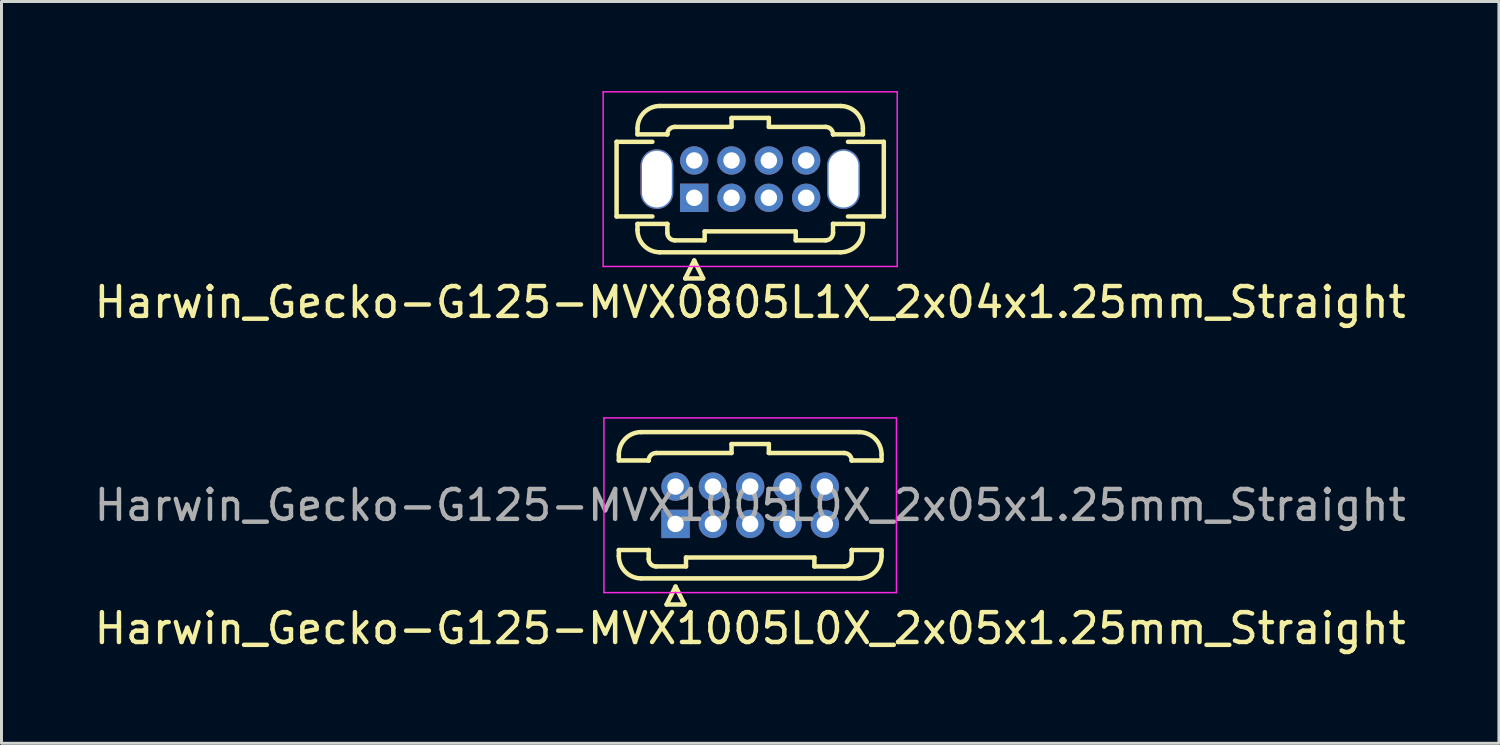
<source format=kicad_pcb>
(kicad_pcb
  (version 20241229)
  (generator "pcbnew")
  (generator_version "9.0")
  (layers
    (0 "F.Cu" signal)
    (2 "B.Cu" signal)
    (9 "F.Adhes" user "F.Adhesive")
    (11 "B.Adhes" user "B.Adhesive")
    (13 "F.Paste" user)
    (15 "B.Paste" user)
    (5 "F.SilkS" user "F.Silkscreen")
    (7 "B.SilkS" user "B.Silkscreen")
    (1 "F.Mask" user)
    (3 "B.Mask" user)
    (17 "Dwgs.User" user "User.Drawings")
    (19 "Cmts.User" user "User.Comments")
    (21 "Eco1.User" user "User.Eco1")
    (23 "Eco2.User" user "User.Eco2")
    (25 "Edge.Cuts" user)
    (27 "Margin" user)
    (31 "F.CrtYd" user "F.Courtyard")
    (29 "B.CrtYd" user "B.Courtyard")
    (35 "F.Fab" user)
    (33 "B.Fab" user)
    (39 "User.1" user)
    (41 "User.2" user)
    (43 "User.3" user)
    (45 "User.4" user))
  (footprint "Harwin_Gecko-G125-MVX0805L1X_2x04x1.25mm_Straight"
    (layer "F.Cu")
    (at 20.202 3.575)
    (property "Reference" "Harwin_Gecko-G125-MVX0805L1X_2x04x1.25mm_Straight" (at 1.875 3.5 0) (layer "F.SilkS") (effects (font (size 1 1) (thickness 0.15))))
    (attr through_hole)
    (fp_line (start -2.6 -1.875) (end -2.6 0.625) (stroke (width 0.15) (type solid)) (layer "F.SilkS"))
    (fp_line (start -2.6 0.625) (end -1.4 0.625) (stroke (width 0.15) (type solid)) (layer "F.SilkS"))
    (fp_line (start -1.9 -2.325) (end -1.9 -2.125) (stroke (width 0.15) (type solid)) (layer "F.SilkS"))
    (fp_line (start -1.9 -2.125) (end -0.9 -2.125) (stroke (width 0.15) (type solid)) (layer "F.SilkS"))
    (fp_line (start -1.9 0.875) (end -0.9 0.875) (stroke (width 0.15) (type solid)) (layer "F.SilkS"))
    (fp_line (start -1.9 1.075) (end -1.9 0.875) (stroke (width 0.15) (type solid)) (layer "F.SilkS"))
    (fp_line (start -1.4 -1.875) (end -2.6 -1.875) (stroke (width 0.15) (type solid)) (layer "F.SilkS"))
    (fp_line (start -1.15 -3.075) (end 4.9 -3.075) (stroke (width 0.15) (type solid)) (layer "F.SilkS"))
    (fp_line (start -1.15 1.825) (end 4.9 1.825) (stroke (width 0.15) (type solid)) (layer "F.SilkS"))
    (fp_line (start -0.9 -2.125) (end -0.9 -2.125) (stroke (width 0.15) (type solid)) (layer "F.SilkS"))
    (fp_line (start -0.9 0.875) (end -0.9 0.875) (stroke (width 0.15) (type solid)) (layer "F.SilkS"))
    (fp_line (start -0.9 1.175) (end -0.9 0.875) (stroke (width 0.15) (type solid)) (layer "F.SilkS"))
    (fp_line (start -0.65 -2.375) (end 1.25 -2.375) (stroke (width 0.15) (type solid)) (layer "F.SilkS"))
    (fp_line (start -0.65 1.425) (end 0.35 1.425) (stroke (width 0.15) (type solid)) (layer "F.SilkS"))
    (fp_line (start -0.3 2.7) (end 0.3 2.7) (stroke (width 0.15) (type solid)) (layer "F.SilkS"))
    (fp_line (start 0 2.1) (end -0.3 2.7) (stroke (width 0.15) (type solid)) (layer "F.SilkS"))
    (fp_line (start 0.3 2.7) (end 0 2.1) (stroke (width 0.15) (type solid)) (layer "F.SilkS"))
    (fp_line (start 0.35 1.125) (end 3.4 1.125) (stroke (width 0.15) (type solid)) (layer "F.SilkS"))
    (fp_line (start 0.35 1.425) (end 0.35 1.125) (stroke (width 0.15) (type solid)) (layer "F.SilkS"))
    (fp_line (start 1.25 -2.675) (end 2.5 -2.675) (stroke (width 0.15) (type solid)) (layer "F.SilkS"))
    (fp_line (start 1.25 -2.375) (end 1.25 -2.675) (stroke (width 0.15) (type solid)) (layer "F.SilkS"))
    (fp_line (start 2.5 -2.675) (end 2.5 -2.375) (stroke (width 0.15) (type solid)) (layer "F.SilkS"))
    (fp_line (start 2.5 -2.375) (end 4.4 -2.375) (stroke (width 0.15) (type solid)) (layer "F.SilkS"))
    (fp_line (start 3.4 1.125) (end 3.4 1.425) (stroke (width 0.15) (type solid)) (layer "F.SilkS"))
    (fp_line (start 3.4 1.425) (end 4.4 1.425) (stroke (width 0.15) (type solid)) (layer "F.SilkS"))
    (fp_line (start 4.65 -2.125) (end 4.65 -2.125) (stroke (width 0.15) (type solid)) (layer "F.SilkS"))
    (fp_line (start 4.65 0.875) (end 4.65 0.875) (stroke (width 0.15) (type solid)) (layer "F.SilkS"))
    (fp_line (start 4.65 1.175) (end 4.65 0.875) (stroke (width 0.15) (type solid)) (layer "F.SilkS"))
    (fp_line (start 5.15 -1.875) (end 6.35 -1.875) (stroke (width 0.15) (type solid)) (layer "F.SilkS"))
    (fp_line (start 5.65 -2.325) (end 5.65 -2.125) (stroke (width 0.15) (type solid)) (layer "F.SilkS"))
    (fp_line (start 5.65 -2.125) (end 4.65 -2.125) (stroke (width 0.15) (type solid)) (layer "F.SilkS"))
    (fp_line (start 5.65 0.875) (end 4.65 0.875) (stroke (width 0.15) (type solid)) (layer "F.SilkS"))
    (fp_line (start 5.65 1.075) (end 5.65 0.875) (stroke (width 0.15) (type solid)) (layer "F.SilkS"))
    (fp_line (start 6.35 -1.875) (end 6.35 0.625) (stroke (width 0.15) (type solid)) (layer "F.SilkS"))
    (fp_line (start 6.35 0.625) (end 5.15 0.625) (stroke (width 0.15) (type solid)) (layer "F.SilkS"))
    (fp_arc (start -1.9 -2.325) (mid -1.68033 -2.85533) (end -1.15 -3.075) (stroke (width 0.15) (type solid)) (layer "F.SilkS"))
    (fp_arc (start -1.15 1.825) (mid -1.68033 1.60533) (end -1.9 1.075) (stroke (width 0.15) (type solid)) (layer "F.SilkS"))
    (fp_arc (start -0.9 -2.125) (mid -0.826777 -2.301777) (end -0.65 -2.375) (stroke (width 0.15) (type solid)) (layer "F.SilkS"))
    (fp_arc (start -0.65 1.425) (mid -0.826777 1.351777) (end -0.9 1.175) (stroke (width 0.15) (type solid)) (layer "F.SilkS"))
    (fp_arc (start 4.4 -2.375) (mid 4.576777 -2.301777) (end 4.65 -2.125) (stroke (width 0.15) (type solid)) (layer "F.SilkS"))
    (fp_arc (start 4.65 1.175) (mid 4.576777 1.351777) (end 4.4 1.425) (stroke (width 0.15) (type solid)) (layer "F.SilkS"))
    (fp_arc (start 4.9 -3.075) (mid 5.43033 -2.85533) (end 5.65 -2.325) (stroke (width 0.15) (type solid)) (layer "F.SilkS"))
    (fp_arc (start 5.65 1.075) (mid 5.43033 1.60533) (end 4.9 1.825) (stroke (width 0.15) (type solid)) (layer "F.SilkS"))
    (fp_line (start -3.05 -3.55) (end -3.05 2.3) (stroke (width 0.05) (type solid)) (layer "F.CrtYd"))
    (fp_line (start -3.05 2.3) (end 6.8 2.3) (stroke (width 0.05) (type solid)) (layer "F.CrtYd"))
    (fp_line (start 6.8 -3.55) (end -3.05 -3.55) (stroke (width 0.05) (type solid)) (layer "F.CrtYd"))
    (fp_line (start 6.8 2.3) (end 6.8 -3.55) (stroke (width 0.05) (type solid)) (layer "F.CrtYd"))
    (pad "" np_thru_hole oval (at -1.25 -0.625) (size 1.1 2) (drill oval 1 1.9) (layers "*.Cu"))
    (pad "" np_thru_hole oval (at 5 -0.625) (size 1.1 2) (drill oval 1 1.9) (layers "*.Cu"))
    (pad "1" thru_hole rect (at 0 0) (size 0.95 0.95) (drill 0.55) (layers "*.Cu" "*.Mask"))
    (pad "2" thru_hole circle (at 0 -1.25) (size 0.95 0.95) (drill 0.55) (layers "*.Cu" "*.Mask"))
    (pad "3" thru_hole circle (at 1.25 0) (size 0.95 0.95) (drill 0.55) (layers "*.Cu" "*.Mask"))
    (pad "4" thru_hole circle (at 1.25 -1.25) (size 0.95 0.95) (drill 0.55) (layers "*.Cu" "*.Mask"))
    (pad "5" thru_hole circle (at 2.5 0) (size 0.95 0.95) (drill 0.55) (layers "*.Cu" "*.Mask"))
    (pad "6" thru_hole circle (at 2.5 -1.25) (size 0.95 0.95) (drill 0.55) (layers "*.Cu" "*.Mask"))
    (pad "7" thru_hole circle (at 3.75 0) (size 0.95 0.95) (drill 0.55) (layers "*.Cu" "*.Mask"))
    (pad "8" thru_hole circle (at 3.75 -1.25) (size 0.95 0.95) (drill 0.55) (layers "*.Cu" "*.Mask")))
  (footprint "Harwin_Gecko-G125-MVX1005L0X_2x05x1.25mm_Straight"
    (layer "F.Cu")
    (at 19.577 14.498)
    (property "Reference" "Harwin_Gecko-G125-MVX1005L0X_2x05x1.25mm_Straight" (at 2.5 3.5 0) (layer "F.SilkS") (effects (font (size 1 1) (thickness 0.15))))
    (attr through_hole)
    (fp_line (start -1.9 -2.325) (end -1.9 -2.125) (stroke (width 0.15) (type solid)) (layer "F.SilkS"))
    (fp_line (start -1.9 -2.125) (end -0.9 -2.125) (stroke (width 0.15) (type solid)) (layer "F.SilkS"))
    (fp_line (start -1.9 0.875) (end -0.9 0.875) (stroke (width 0.15) (type solid)) (layer "F.SilkS"))
    (fp_line (start -1.9 1.075) (end -1.9 0.875) (stroke (width 0.15) (type solid)) (layer "F.SilkS"))
    (fp_line (start -1.15 -3.075) (end 6.15 -3.075) (stroke (width 0.15) (type solid)) (layer "F.SilkS"))
    (fp_line (start -1.15 1.825) (end 6.15 1.825) (stroke (width 0.15) (type solid)) (layer "F.SilkS"))
    (fp_line (start -0.9 -2.125) (end -0.9 -2.125) (stroke (width 0.15) (type solid)) (layer "F.SilkS"))
    (fp_line (start -0.9 0.875) (end -0.9 0.875) (stroke (width 0.15) (type solid)) (layer "F.SilkS"))
    (fp_line (start -0.9 1.175) (end -0.9 0.875) (stroke (width 0.15) (type solid)) (layer "F.SilkS"))
    (fp_line (start -0.65 -2.375) (end 1.875 -2.375) (stroke (width 0.15) (type solid)) (layer "F.SilkS"))
    (fp_line (start -0.65 1.425) (end 0.35 1.425) (stroke (width 0.15) (type solid)) (layer "F.SilkS"))
    (fp_line (start -0.3 2.7) (end 0.3 2.7) (stroke (width 0.15) (type solid)) (layer "F.SilkS"))
    (fp_line (start 0 2.1) (end -0.3 2.7) (stroke (width 0.15) (type solid)) (layer "F.SilkS"))
    (fp_line (start 0.3 2.7) (end 0 2.1) (stroke (width 0.15) (type solid)) (layer "F.SilkS"))
    (fp_line (start 0.35 1.125) (end 4.65 1.125) (stroke (width 0.15) (type solid)) (layer "F.SilkS"))
    (fp_line (start 0.35 1.425) (end 0.35 1.125) (stroke (width 0.15) (type solid)) (layer "F.SilkS"))
    (fp_line (start 1.875 -2.675) (end 3.125 -2.675) (stroke (width 0.15) (type solid)) (layer "F.SilkS"))
    (fp_line (start 1.875 -2.375) (end 1.875 -2.675) (stroke (width 0.15) (type solid)) (layer "F.SilkS"))
    (fp_line (start 3.125 -2.675) (end 3.125 -2.375) (stroke (width 0.15) (type solid)) (layer "F.SilkS"))
    (fp_line (start 3.125 -2.375) (end 5.65 -2.375) (stroke (width 0.15) (type solid)) (layer "F.SilkS"))
    (fp_line (start 4.65 1.125) (end 4.65 1.425) (stroke (width 0.15) (type solid)) (layer "F.SilkS"))
    (fp_line (start 4.65 1.425) (end 5.65 1.425) (stroke (width 0.15) (type solid)) (layer "F.SilkS"))
    (fp_line (start 5.9 -2.125) (end 5.9 -2.125) (stroke (width 0.15) (type solid)) (layer "F.SilkS"))
    (fp_line (start 5.9 0.875) (end 5.9 0.875) (stroke (width 0.15) (type solid)) (layer "F.SilkS"))
    (fp_line (start 5.9 1.175) (end 5.9 0.875) (stroke (width 0.15) (type solid)) (layer "F.SilkS"))
    (fp_line (start 6.9 -2.325) (end 6.9 -2.125) (stroke (width 0.15) (type solid)) (layer "F.SilkS"))
    (fp_line (start 6.9 -2.125) (end 5.9 -2.125) (stroke (width 0.15) (type solid)) (layer "F.SilkS"))
    (fp_line (start 6.9 0.875) (end 5.9 0.875) (stroke (width 0.15) (type solid)) (layer "F.SilkS"))
    (fp_line (start 6.9 1.075) (end 6.9 0.875) (stroke (width 0.15) (type solid)) (layer "F.SilkS"))
    (fp_arc (start -1.9 -2.325) (mid -1.68033 -2.85533) (end -1.15 -3.075) (stroke (width 0.15) (type solid)) (layer "F.SilkS"))
    (fp_arc (start -1.15 1.825) (mid -1.68033 1.60533) (end -1.9 1.075) (stroke (width 0.15) (type solid)) (layer "F.SilkS"))
    (fp_arc (start -0.9 -2.125) (mid -0.826777 -2.301777) (end -0.65 -2.375) (stroke (width 0.15) (type solid)) (layer "F.SilkS"))
    (fp_arc (start -0.65 1.425) (mid -0.826777 1.351777) (end -0.9 1.175) (stroke (width 0.15) (type solid)) (layer "F.SilkS"))
    (fp_arc (start 5.65 -2.375) (mid 5.826777 -2.301777) (end 5.9 -2.125) (stroke (width 0.15) (type solid)) (layer "F.SilkS"))
    (fp_arc (start 5.9 1.175) (mid 5.826777 1.351777) (end 5.65 1.425) (stroke (width 0.15) (type solid)) (layer "F.SilkS"))
    (fp_arc (start 6.15 -3.075) (mid 6.68033 -2.85533) (end 6.9 -2.325) (stroke (width 0.15) (type solid)) (layer "F.SilkS"))
    (fp_arc (start 6.9 1.075) (mid 6.68033 1.60533) (end 6.15 1.825) (stroke (width 0.15) (type solid)) (layer "F.SilkS"))
    (fp_line (start -2.4 -3.55) (end -2.4 2.3) (stroke (width 0.05) (type solid)) (layer "F.CrtYd"))
    (fp_line (start -2.4 2.3) (end 7.4 2.3) (stroke (width 0.05) (type solid)) (layer "F.CrtYd"))
    (fp_line (start 7.4 -3.55) (end -2.4 -3.55) (stroke (width 0.05) (type solid)) (layer "F.CrtYd"))
    (fp_line (start 7.4 2.3) (end 7.4 -3.55) (stroke (width 0.05) (type solid)) (layer "F.CrtYd"))
    (fp_text user "${REFERENCE}" (at 2.5 -0.625 0) (layer "F.Fab") (effects (font (size 1 1) (thickness 0.15))))
    (pad "1" thru_hole rect (at 0 0) (size 0.95 0.95) (drill 0.55) (layers "*.Cu" "*.Mask"))
    (pad "2" thru_hole circle (at 1.25 0) (size 0.95 0.95) (drill 0.55) (layers "*.Cu" "*.Mask"))
    (pad "3" thru_hole circle (at 2.5 0) (size 0.95 0.95) (drill 0.55) (layers "*.Cu" "*.Mask"))
    (pad "4" thru_hole circle (at 3.75 0) (size 0.95 0.95) (drill 0.55) (layers "*.Cu" "*.Mask"))
    (pad "5" thru_hole circle (at 5 0) (size 0.95 0.95) (drill 0.55) (layers "*.Cu" "*.Mask"))
    (pad "6" thru_hole circle (at 0 -1.25) (size 0.95 0.95) (drill 0.55) (layers "*.Cu" "*.Mask"))
    (pad "7" thru_hole circle (at 1.25 -1.25) (size 0.95 0.95) (drill 0.55) (layers "*.Cu" "*.Mask"))
    (pad "8" thru_hole circle (at 2.5 -1.25) (size 0.95 0.95) (drill 0.55) (layers "*.Cu" "*.Mask"))
    (pad "9" thru_hole circle (at 3.75 -1.25) (size 0.95 0.95) (drill 0.55) (layers "*.Cu" "*.Mask"))
    (pad "10" thru_hole circle (at 5 -1.25) (size 0.95 0.95) (drill 0.55) (layers "*.Cu" "*.Mask")))
  (gr_rect
    (start -3 -3)
    (end 47.155 21.846)
    (stroke (width 0.1) (type default))
    (fill no)
    (layer "Edge.Cuts")))
</source>
